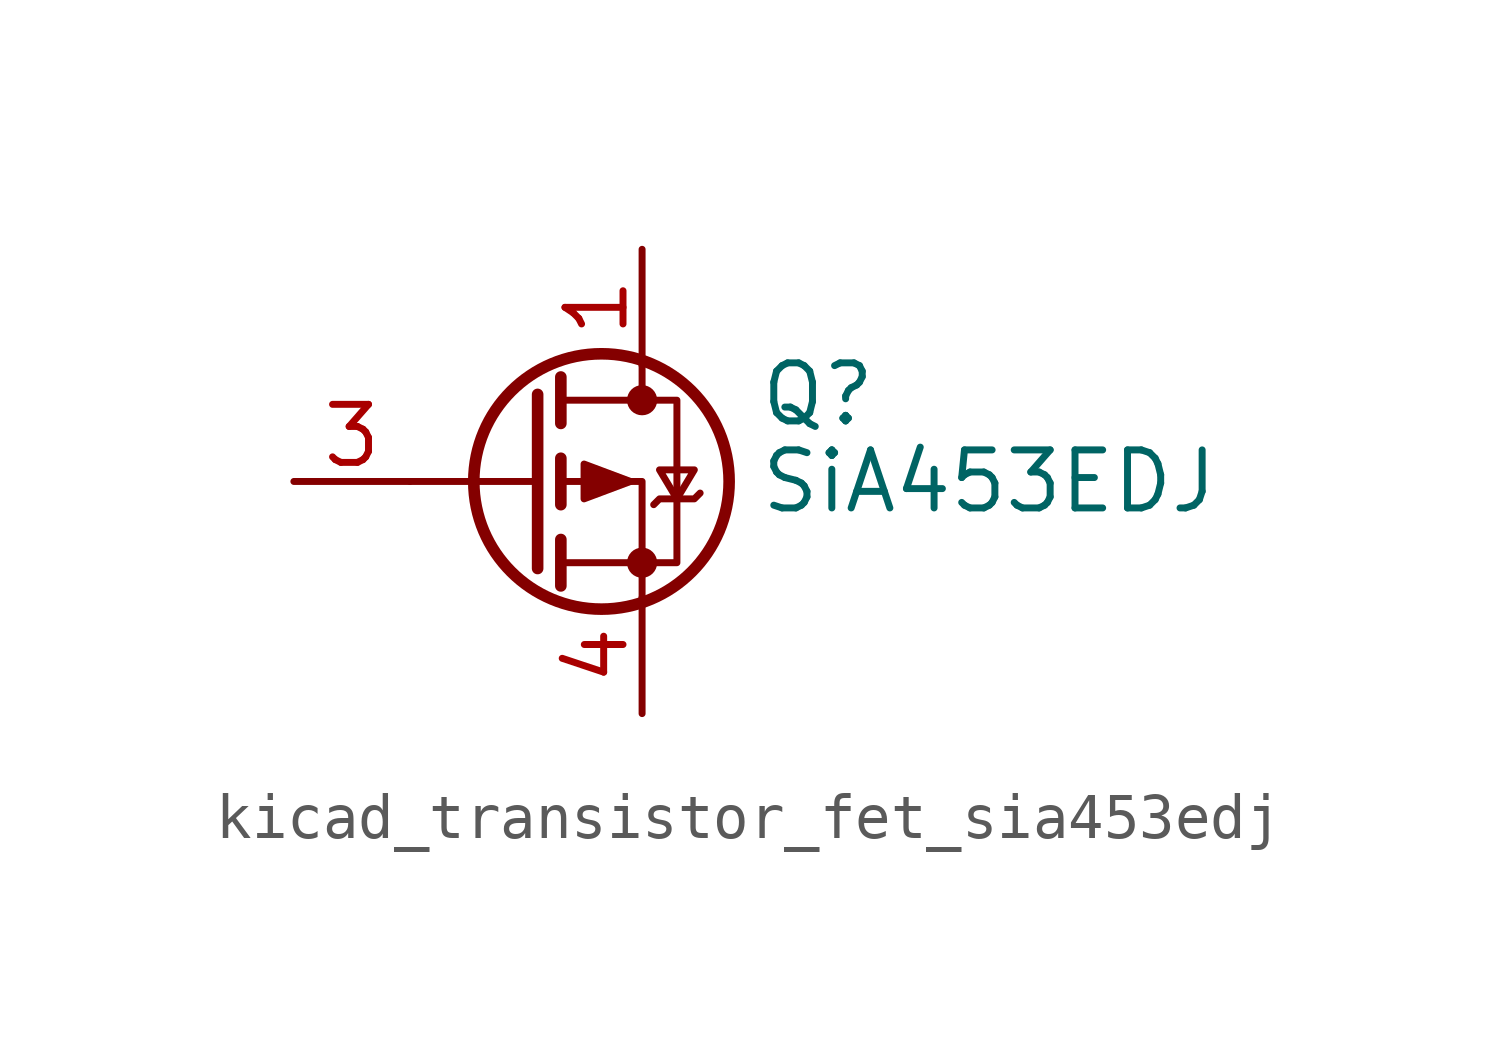
<source format=kicad_sym>
(kicad_symbol_lib
  (version 20220914)
  (generator kicad_symbol_editor)
  (symbol "kicad_transistor_fet_sia453edj"
    (pin_names hide)
    (property "Reference" "Q"
      (at 5.08 1.905 0)
      (effects (font (size 1.27 1.27)) (justify left)))
    (property "Value" "SiA453EDJ"
      (at 5.08 0 0)
      (effects (font (size 1.27 1.27)) (justify left)))
    (symbol "kicad_transistor_fet_sia453edj_0_1"
      (polyline (pts (xy 0.254 0) (xy -2.54 0)) (stroke (width 0) (type default)) (fill (type none)))
      (polyline (pts (xy 0.254 1.905) (xy 0.254 -1.905)) (stroke (width 0.254) (type default)) (fill (type none)))
      (polyline (pts (xy 0.762 -1.27) (xy 0.762 -2.286)) (stroke (width 0.254) (type default)) (fill (type none)))
      (polyline (pts (xy 0.762 0.508) (xy 0.762 -0.508)) (stroke (width 0.254) (type default)) (fill (type none)))
      (polyline (pts (xy 0.762 2.286) (xy 0.762 1.27)) (stroke (width 0.254) (type default)) (fill (type none)))
      (polyline (pts (xy 2.54 2.54) (xy 2.54 1.778)) (stroke (width 0) (type default)) (fill (type none)))
      (polyline (pts (xy 2.54 -2.54) (xy 2.54 0) (xy 0.762 0)) (stroke (width 0) (type default)) (fill (type none)))
      (polyline (pts (xy 0.762 1.778) (xy 3.302 1.778) (xy 3.302 -1.778) (xy 0.762 -1.778)) (stroke (width 0) (type default)) (fill (type none)))
      (polyline (pts (xy 2.286 0) (xy 1.27 0.381) (xy 1.27 -0.381) (xy 2.286 0)) (stroke (width 0) (type default)) (fill (type outline)))
      (polyline (pts (xy 2.794 -0.508) (xy 2.921 -0.381) (xy 3.683 -0.381) (xy 3.81 -0.254)) (stroke (width 0) (type default)) (fill (type none)))
      (polyline (pts (xy 3.302 -0.381) (xy 2.921 0.254) (xy 3.683 0.254) (xy 3.302 -0.381)) (stroke (width 0) (type default)) (fill (type none)))
      (circle (center 1.651 0) (radius 2.794) (stroke (width 0.254) (type default)) (fill (type none)))
      (circle (center 2.54 -1.778) (radius 0.254) (stroke (width 0) (type default)) (fill (type outline)))
      (circle (center 2.54 1.778) (radius 0.254) (stroke (width 0) (type default)) (fill (type outline))))
    (symbol "kicad_transistor_fet_sia453edj_1_1"
      (pin passive line (at 2.54 5.08 270) (length 2.54) (name "D" (effects (font (size 1.27 1.27)))) (number "1" (effects (font (size 1.27 1.27)))))
      (pin passive line (at -5.08 0 0) (length 2.54) (name "G" (effects (font (size 1.27 1.27)))) (number "3" (effects (font (size 1.27 1.27)))))
      (pin passive line (at 2.54 -5.08 90) (length 2.54) (name "S" (effects (font (size 1.27 1.27)))) (number "4" (effects (font (size 1.27 1.27))))))))
</source>
